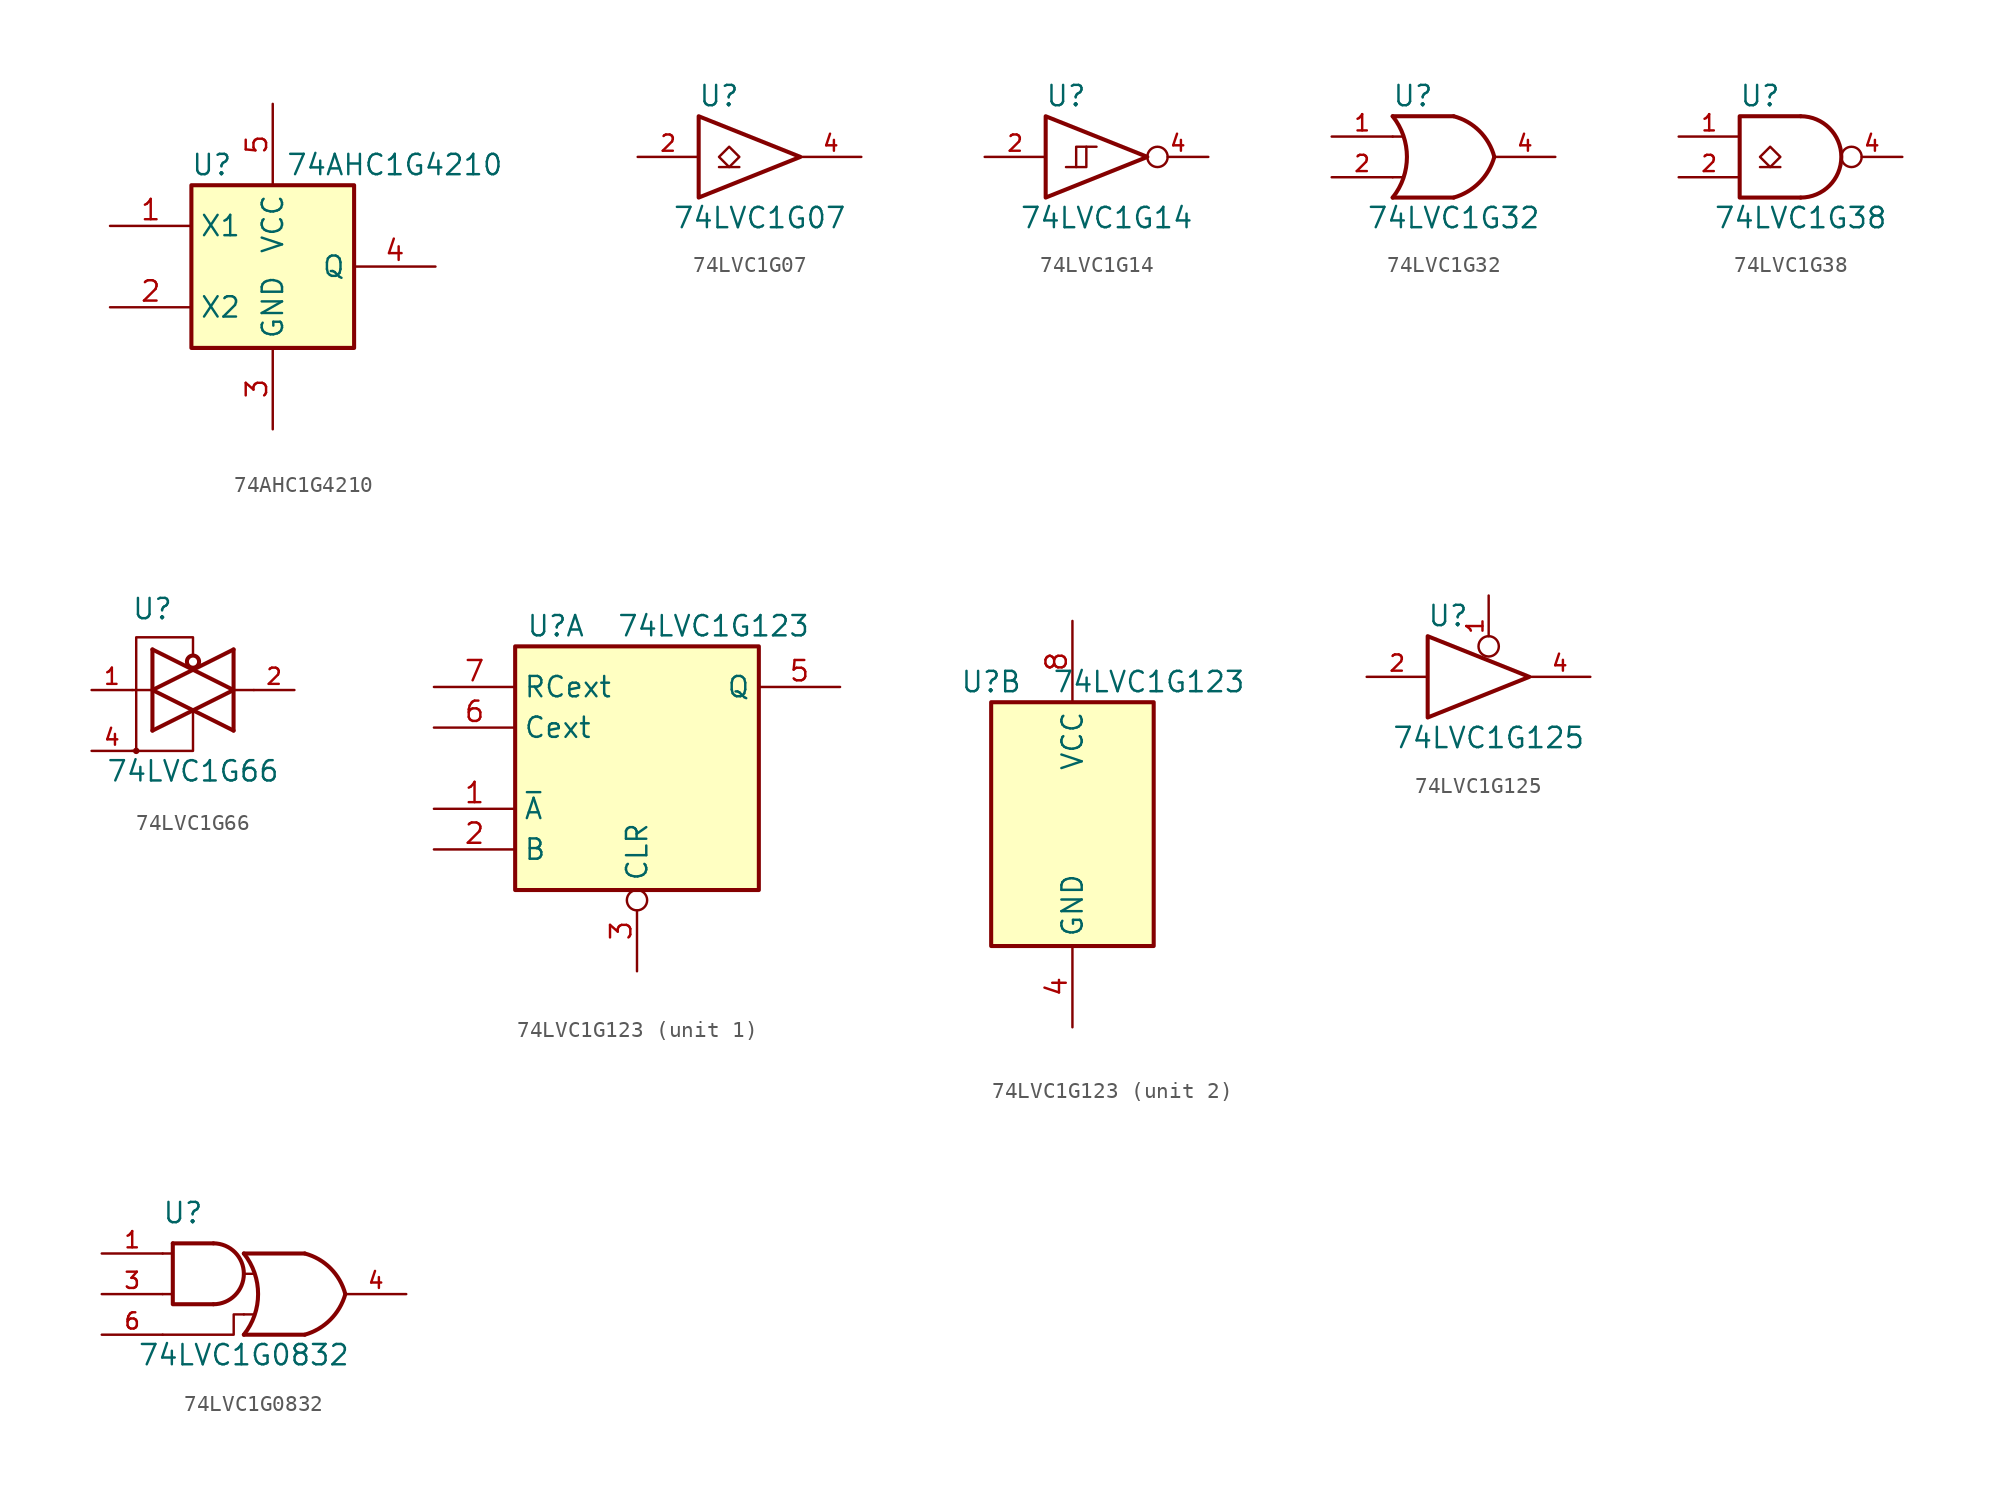
<source format=kicad_sym>
(kicad_symbol_lib
  (version 20211014)
  (generator kicad_symbol_editor)
  (symbol "74AHC1G4210"
    (property "Reference" "U"
      (at -3.81 6.35 0)
      (effects (font (size 1.27 1.27))))
    (property "Value" "74AHC1G4210"
      (at 7.62 6.35 0)
      (effects (font (size 1.27 1.27))))
    (symbol "74AHC1G4210_0_1"
      (rectangle (start -5.08 5.08) (end 5.08 -5.08) (stroke (width 0.254) (type default) (color 0 0 0 0)) (fill (type background))))
    (symbol "74AHC1G4210_1_1"
      (pin input line (at -10.16 2.54 0) (length 5.08) (name "X1" (effects (font (size 1.27 1.27)))) (number "1" (effects (font (size 1.27 1.27)))))
      (pin input line (at -10.16 -2.54 0) (length 5.08) (name "X2" (effects (font (size 1.27 1.27)))) (number "2" (effects (font (size 1.27 1.27)))))
      (pin power_in line (at 0 -10.16 90) (length 5.08) (name "GND" (effects (font (size 1.27 1.27)))) (number "3" (effects (font (size 1.27 1.27)))))
      (pin output line (at 10.16 0 180) (length 5.08) (name "Q" (effects (font (size 1.27 1.27)))) (number "4" (effects (font (size 1.27 1.27)))))
      (pin power_in line (at 0 10.16 270) (length 5.08) (name "VCC" (effects (font (size 1.27 1.27)))) (number "5" (effects (font (size 1.27 1.27)))))))
  (symbol "74LVC1G07"
    (pin_names
      (offset 1.016))
    (property "Reference" "U"
      (at -2.54 3.81 0)
      (effects (font (size 1.27 1.27))))
    (property "Value" "74LVC1G07"
      (at 0 -3.81 0)
      (effects (font (size 1.27 1.27))))
    (symbol "74LVC1G07_0_1"
      (polyline (pts (xy -2.54 -0.635) (xy -1.27 -0.635)) (stroke (width 0) (type default) (color 0 0 0 0)) (fill (type none)))
      (polyline (pts (xy -3.81 2.54) (xy -3.81 -2.54) (xy 2.54 0) (xy -3.81 2.54)) (stroke (width 0.254) (type default) (color 0 0 0 0)) (fill (type none)))
      (polyline (pts (xy -1.905 0.635) (xy -2.54 0) (xy -1.905 -0.635) (xy -1.27 0) (xy -1.905 0.635)) (stroke (width 0) (type default) (color 0 0 0 0)) (fill (type none))))
    (symbol "74LVC1G07_1_1"
      (pin input line (at -7.62 0 0) (length 3.81) (name "~" (effects (font (size 1.016 1.016)))) (number "2" (effects (font (size 1.016 1.016)))))
      (pin power_in line (at 0 -2.54 270) (length 0) hide (name "GND" (effects (font (size 1.016 1.016)))) (number "3" (effects (font (size 1.016 1.016)))))
      (pin open_collector line (at 6.35 0 180) (length 3.81) (name "~" (effects (font (size 1.016 1.016)))) (number "4" (effects (font (size 1.016 1.016)))))
      (pin power_in line (at 0 2.54 90) (length 0) hide (name "VCC" (effects (font (size 1.016 1.016)))) (number "5" (effects (font (size 1.016 1.016)))))))
  (symbol "74LVC1G14"
    (pin_names
      (offset 1.016))
    (property "Reference" "U"
      (at -2.54 3.81 0)
      (effects (font (size 1.27 1.27))))
    (property "Value" "74LVC1G14"
      (at 0 -3.81 0)
      (effects (font (size 1.27 1.27))))
    (symbol "74LVC1G14_0_1"
      (polyline (pts (xy -1.905 -0.635) (xy -1.27 -0.635) (xy -1.27 0.635)) (stroke (width 0) (type default) (color 0 0 0 0)) (fill (type none)))
      (polyline (pts (xy -3.81 2.54) (xy -3.81 -2.54) (xy 2.54 0) (xy -3.81 2.54)) (stroke (width 0.254) (type default) (color 0 0 0 0)) (fill (type none)))
      (polyline (pts (xy -2.54 -0.635) (xy -1.905 -0.635) (xy -1.905 0.635) (xy -0.635 0.635)) (stroke (width 0) (type default) (color 0 0 0 0)) (fill (type none))))
    (symbol "74LVC1G14_1_1"
      (pin input line (at -7.62 0 0) (length 3.81) (name "~" (effects (font (size 1.016 1.016)))) (number "2" (effects (font (size 1.016 1.016)))))
      (pin power_in line (at 0 -2.54 270) (length 0) hide (name "GND" (effects (font (size 1.016 1.016)))) (number "3" (effects (font (size 1.016 1.016)))))
      (pin output inverted (at 6.35 0 180) (length 3.81) (name "~" (effects (font (size 1.016 1.016)))) (number "4" (effects (font (size 1.016 1.016)))))
      (pin power_in line (at 0 2.54 90) (length 0) hide (name "VCC" (effects (font (size 1.016 1.016)))) (number "5" (effects (font (size 1.016 1.016)))))))
  (symbol "74LVC1G32"
    (pin_names
      (offset 1.016))
    (property "Reference" "U"
      (at -2.54 3.81 0)
      (effects (font (size 1.27 1.27))))
    (property "Value" "74LVC1G32"
      (at 0 -3.81 0)
      (effects (font (size 1.27 1.27))))
    (symbol "74LVC1G32_0_1"
      (arc (start -3.81 -2.54) (mid -2.919 0) (end -3.81 2.54) (stroke (width 0.254) (type default) (color 0 0 0 0)) (fill (type none)))
      (arc (start 0 -2.54) (mid 1.5993 -1.6027) (end 2.54 0) (stroke (width 0.254) (type default) (color 0 0 0 0)) (fill (type none)))
      (polyline (pts (xy -3.81 -1.27) (xy -3.175 -1.27)) (stroke (width 0) (type default) (color 0 0 0 0)) (fill (type none)))
      (polyline (pts (xy -3.81 1.27) (xy -3.175 1.27)) (stroke (width 0) (type default) (color 0 0 0 0)) (fill (type none)))
      (polyline (pts (xy 0 -2.54) (xy -3.81 -2.54)) (stroke (width 0.254) (type default) (color 0 0 0 0)) (fill (type background)))
      (polyline (pts (xy 0 2.54) (xy -3.81 2.54)) (stroke (width 0.254) (type default) (color 0 0 0 0)) (fill (type background)))
      (arc (start 2.54 0) (mid 1.6119 1.6152) (end 0 2.54) (stroke (width 0.254) (type default) (color 0 0 0 0)) (fill (type none))))
    (symbol "74LVC1G32_1_1"
      (pin input line (at -7.62 1.27 0) (length 3.81) (name "~" (effects (font (size 1.016 1.016)))) (number "1" (effects (font (size 1.016 1.016)))))
      (pin input line (at -7.62 -1.27 0) (length 3.81) (name "~" (effects (font (size 1.016 1.016)))) (number "2" (effects (font (size 1.016 1.016)))))
      (pin power_in line (at 0 -2.54 270) (length 0) hide (name "GND" (effects (font (size 1.016 1.016)))) (number "3" (effects (font (size 1.016 1.016)))))
      (pin output line (at 6.35 0 180) (length 3.81) (name "~" (effects (font (size 1.016 1.016)))) (number "4" (effects (font (size 1.016 1.016)))))
      (pin power_in line (at 0 2.54 90) (length 0) hide (name "VCC" (effects (font (size 1.016 1.016)))) (number "5" (effects (font (size 1.016 1.016)))))))
  (symbol "74LVC1G38"
    (pin_names
      (offset 1.016))
    (property "Reference" "U"
      (at -2.54 3.81 0)
      (effects (font (size 1.27 1.27))))
    (property "Value" "74LVC1G38"
      (at 0 -3.81 0)
      (effects (font (size 1.27 1.27))))
    (symbol "74LVC1G38_0_1"
      (arc (start 0 -2.54) (mid 2.54 0) (end 0 2.54) (stroke (width 0.254) (type default) (color 0 0 0 0)) (fill (type none)))
      (polyline (pts (xy -2.54 -0.635) (xy -1.27 -0.635)) (stroke (width 0) (type default) (color 0 0 0 0)) (fill (type none)))
      (polyline (pts (xy 0 -2.54) (xy -3.81 -2.54) (xy -3.81 2.54) (xy 0 2.54)) (stroke (width 0.254) (type default) (color 0 0 0 0)) (fill (type none)))
      (polyline (pts (xy -1.905 0.635) (xy -2.54 0) (xy -1.905 -0.635) (xy -1.27 0) (xy -1.905 0.635)) (stroke (width 0) (type default) (color 0 0 0 0)) (fill (type none))))
    (symbol "74LVC1G38_1_1"
      (pin input line (at -7.62 1.27 0) (length 3.81) (name "~" (effects (font (size 1.016 1.016)))) (number "1" (effects (font (size 1.016 1.016)))))
      (pin input line (at -7.62 -1.27 0) (length 3.81) (name "~" (effects (font (size 1.016 1.016)))) (number "2" (effects (font (size 1.016 1.016)))))
      (pin power_in line (at 0 -2.54 270) (length 0) hide (name "GND" (effects (font (size 1.016 1.016)))) (number "3" (effects (font (size 1.016 1.016)))))
      (pin output inverted (at 6.35 0 180) (length 3.81) (name "~" (effects (font (size 1.016 1.016)))) (number "4" (effects (font (size 1.016 1.016)))))
      (pin power_in line (at 0 2.54 90) (length 0) hide (name "VCC" (effects (font (size 1.016 1.016)))) (number "5" (effects (font (size 1.016 1.016)))))))
  (symbol "74LVC1G66"
    (property "Reference" "U"
      (at -2.54 5.08 0)
      (effects (font (size 1.27 1.27))))
    (property "Value" "74LVC1G66"
      (at 0 -5.08 0)
      (effects (font (size 1.27 1.27))))
    (symbol "74LVC1G66_0_1"
      (circle (center -3.556 -3.81) (radius 0.127) (stroke (width 0) (type default) (color 0 0 0 0)) (fill (type none)))
      (polyline (pts (xy -3.81 0) (xy -2.54 0)) (stroke (width 0) (type default) (color 0 0 0 0)) (fill (type none)))
      (polyline (pts (xy -2.54 2.54) (xy -2.54 -2.54)) (stroke (width 0.254) (type default) (color 0 0 0 0)) (fill (type none)))
      (polyline (pts (xy 2.54 0) (xy 3.81 0)) (stroke (width 0) (type default) (color 0 0 0 0)) (fill (type none)))
      (polyline (pts (xy 2.54 2.54) (xy 2.54 -2.54)) (stroke (width 0.254) (type default) (color 0 0 0 0)) (fill (type none)))
      (polyline (pts (xy -3.81 -3.81) (xy 0 -3.81) (xy 0 -1.27)) (stroke (width 0) (type default) (color 0 0 0 0)) (fill (type none)))
      (polyline (pts (xy -2.54 -2.54) (xy 2.54 0) (xy -2.54 2.54)) (stroke (width 0.254) (type default) (color 0 0 0 0)) (fill (type none)))
      (polyline (pts (xy 2.54 2.54) (xy -2.54 0) (xy 2.54 -2.54)) (stroke (width 0.254) (type default) (color 0 0 0 0)) (fill (type none)))
      (polyline (pts (xy 0 2.159) (xy 0 3.302) (xy -3.556 3.302) (xy -3.556 -3.81)) (stroke (width 0) (type default) (color 0 0 0 0)) (fill (type none)))
      (circle (center 0 1.778) (radius 0.381) (stroke (width 0.254) (type default) (color 0 0 0 0)) (fill (type none))))
    (symbol "74LVC1G66_1_1"
      (pin bidirectional line (at -6.35 0 0) (length 2.54) (name "~" (effects (font (size 1.016 1.016)))) (number "1" (effects (font (size 1.016 1.016)))))
      (pin bidirectional line (at 6.35 0 180) (length 2.54) (name "~" (effects (font (size 1.016 1.016)))) (number "2" (effects (font (size 1.016 1.016)))))
      (pin power_in line (at 1.27 -3.81 270) (length 0) hide (name "GND" (effects (font (size 1.016 1.016)))) (number "3" (effects (font (size 1.016 1.016)))))
      (pin input line (at -6.35 -3.81 0) (length 2.54) (name "~" (effects (font (size 1.016 1.016)))) (number "4" (effects (font (size 1.016 1.016)))))
      (pin power_in line (at 1.27 3.81 90) (length 0) hide (name "VCC" (effects (font (size 1.016 1.016)))) (number "5" (effects (font (size 1.016 1.016)))))))
  (symbol "74LVC1G123"
    (property "Reference" "U"
      (at -5.08 8.89 0)
      (effects (font (size 1.27 1.27))))
    (property "Value" "74LVC1G123"
      (at -1.27 8.89 0)
      (effects (font (size 1.27 1.27)) (justify left)))
    (symbol "74LVC1G123_1_1"
      (rectangle (start -7.62 7.62) (end 7.62 -7.62) (stroke (width 0.254) (type default) (color 0 0 0 0)) (fill (type background)))
      (pin input line (at -12.7 -2.54 0) (length 5.08) (name "~{A}" (effects (font (size 1.27 1.27)))) (number "1" (effects (font (size 1.27 1.27)))))
      (pin input line (at -12.7 -5.08 0) (length 5.08) (name "B" (effects (font (size 1.27 1.27)))) (number "2" (effects (font (size 1.27 1.27)))))
      (pin input inverted (at 0 -12.7 90) (length 5.08) (name "CLR" (effects (font (size 1.27 1.27)))) (number "3" (effects (font (size 1.27 1.27)))))
      (pin output line (at 12.7 5.08 180) (length 5.08) (name "Q" (effects (font (size 1.27 1.27)))) (number "5" (effects (font (size 1.27 1.27)))))
      (pin input line (at -12.7 2.54 0) (length 5.08) (name "Cext" (effects (font (size 1.27 1.27)))) (number "6" (effects (font (size 1.27 1.27)))))
      (pin input line (at -12.7 5.08 0) (length 5.08) (name "RCext" (effects (font (size 1.27 1.27)))) (number "7" (effects (font (size 1.27 1.27))))))
    (symbol "74LVC1G123_2_1"
      (rectangle (start -5.08 7.62) (end 5.08 -7.62) (stroke (width 0.254) (type default) (color 0 0 0 0)) (fill (type background)))
      (pin power_in line (at 0 -12.7 90) (length 5.08) (name "GND" (effects (font (size 1.27 1.27)))) (number "4" (effects (font (size 1.27 1.27)))))
      (pin power_in line (at 0 12.7 270) (length 5.08) (name "VCC" (effects (font (size 1.27 1.27)))) (number "8" (effects (font (size 1.27 1.27)))))))
  (symbol "74LVC1G125"
    (pin_names
      (offset 1.016))
    (property "Reference" "U"
      (at -2.54 3.81 0)
      (effects (font (size 1.27 1.27))))
    (property "Value" "74LVC1G125"
      (at 0 -3.81 0)
      (effects (font (size 1.27 1.27))))
    (symbol "74LVC1G125_0_1"
      (polyline (pts (xy -3.81 2.54) (xy -3.81 -2.54) (xy 2.54 0) (xy -3.81 2.54)) (stroke (width 0.254) (type default) (color 0 0 0 0)) (fill (type none))))
    (symbol "74LVC1G125_1_1"
      (pin input inverted (at 0 5.08 270) (length 3.81) (name "~" (effects (font (size 1.016 1.016)))) (number "1" (effects (font (size 1.016 1.016)))))
      (pin input line (at -7.62 0 0) (length 3.81) (name "~" (effects (font (size 1.016 1.016)))) (number "2" (effects (font (size 1.016 1.016)))))
      (pin power_in line (at 1.27 -1.27 270) (length 0) hide (name "GND" (effects (font (size 1.016 1.016)))) (number "3" (effects (font (size 1.016 1.016)))))
      (pin tri_state line (at 6.35 0 180) (length 3.81) (name "~" (effects (font (size 1.016 1.016)))) (number "4" (effects (font (size 1.016 1.016)))))
      (pin power_in line (at 1.27 1.27 90) (length 0) hide (name "VCC" (effects (font (size 1.016 1.016)))) (number "5" (effects (font (size 1.016 1.016)))))))
  (symbol "74LVC1G0832"
    (pin_names
      (offset 1.016))
    (property "Reference" "U"
      (at -3.81 5.08 0)
      (effects (font (size 1.27 1.27))))
    (property "Value" "74LVC1G0832"
      (at 0 -3.81 0)
      (effects (font (size 1.27 1.27))))
    (symbol "74LVC1G0832_0_1"
      (arc (start -1.905 -0.635) (mid 0 1.27) (end -1.905 3.175) (stroke (width 0.254) (type default) (color 0 0 0 0)) (fill (type none)))
      (arc (start 0 -2.54) (mid 0.891 0) (end 0 2.54) (stroke (width 0.254) (type default) (color 0 0 0 0)) (fill (type none)))
      (polyline (pts (xy -5.08 0) (xy -4.445 0)) (stroke (width 0) (type default) (color 0 0 0 0)) (fill (type none)))
      (polyline (pts (xy -5.08 2.54) (xy -4.445 2.54)) (stroke (width 0) (type default) (color 0 0 0 0)) (fill (type none)))
      (polyline (pts (xy -4.445 3.175) (xy -1.905 3.175)) (stroke (width 0.254) (type default) (color 0 0 0 0)) (fill (type none)))
      (polyline (pts (xy 0 -1.27) (xy 0.635 -1.27)) (stroke (width 0) (type default) (color 0 0 0 0)) (fill (type none)))
      (polyline (pts (xy 0 1.27) (xy 0.635 1.27)) (stroke (width 0) (type default) (color 0 0 0 0)) (fill (type none)))
      (polyline (pts (xy 3.81 -2.54) (xy 0 -2.54)) (stroke (width 0.254) (type default) (color 0 0 0 0)) (fill (type background)))
      (polyline (pts (xy 3.81 2.54) (xy 0 2.54)) (stroke (width 0.254) (type default) (color 0 0 0 0)) (fill (type background)))
      (polyline (pts (xy -4.445 3.175) (xy -4.445 -0.635) (xy -1.905 -0.635)) (stroke (width 0.254) (type default) (color 0 0 0 0)) (fill (type none)))
      (polyline (pts (xy 0 -1.27) (xy -0.635 -1.27) (xy -0.635 -1.905) (xy -0.635 -2.54) (xy -5.08 -2.54)) (stroke (width 0) (type default) (color 0 0 0 0)) (fill (type none)))
      (arc (start 3.81 -2.54) (mid 5.4093 -1.6027) (end 6.35 0) (stroke (width 0.254) (type default) (color 0 0 0 0)) (fill (type none)))
      (arc (start 6.35 0) (mid 5.4219 1.6152) (end 3.81 2.54) (stroke (width 0.254) (type default) (color 0 0 0 0)) (fill (type none))))
    (symbol "74LVC1G0832_1_1"
      (pin input line (at -8.89 2.54 0) (length 3.81) (name "~" (effects (font (size 1.016 1.016)))) (number "1" (effects (font (size 1.016 1.016)))))
      (pin power_in line (at 3.81 -2.54 270) (length 0) hide (name "GND" (effects (font (size 1.016 1.016)))) (number "2" (effects (font (size 1.016 1.016)))))
      (pin input line (at -8.89 0 0) (length 3.81) (name "~" (effects (font (size 1.016 1.016)))) (number "3" (effects (font (size 1.016 1.016)))))
      (pin output line (at 10.16 0 180) (length 3.81) (name "~" (effects (font (size 1.016 1.016)))) (number "4" (effects (font (size 1.016 1.016)))))
      (pin power_in line (at 3.81 2.54 90) (length 0) hide (name "VCC" (effects (font (size 1.016 1.016)))) (number "5" (effects (font (size 1.016 1.016)))))
      (pin input line (at -8.89 -2.54 0) (length 3.81) (name "~" (effects (font (size 1.016 1.016)))) (number "6" (effects (font (size 1.016 1.016))))))))
</source>
